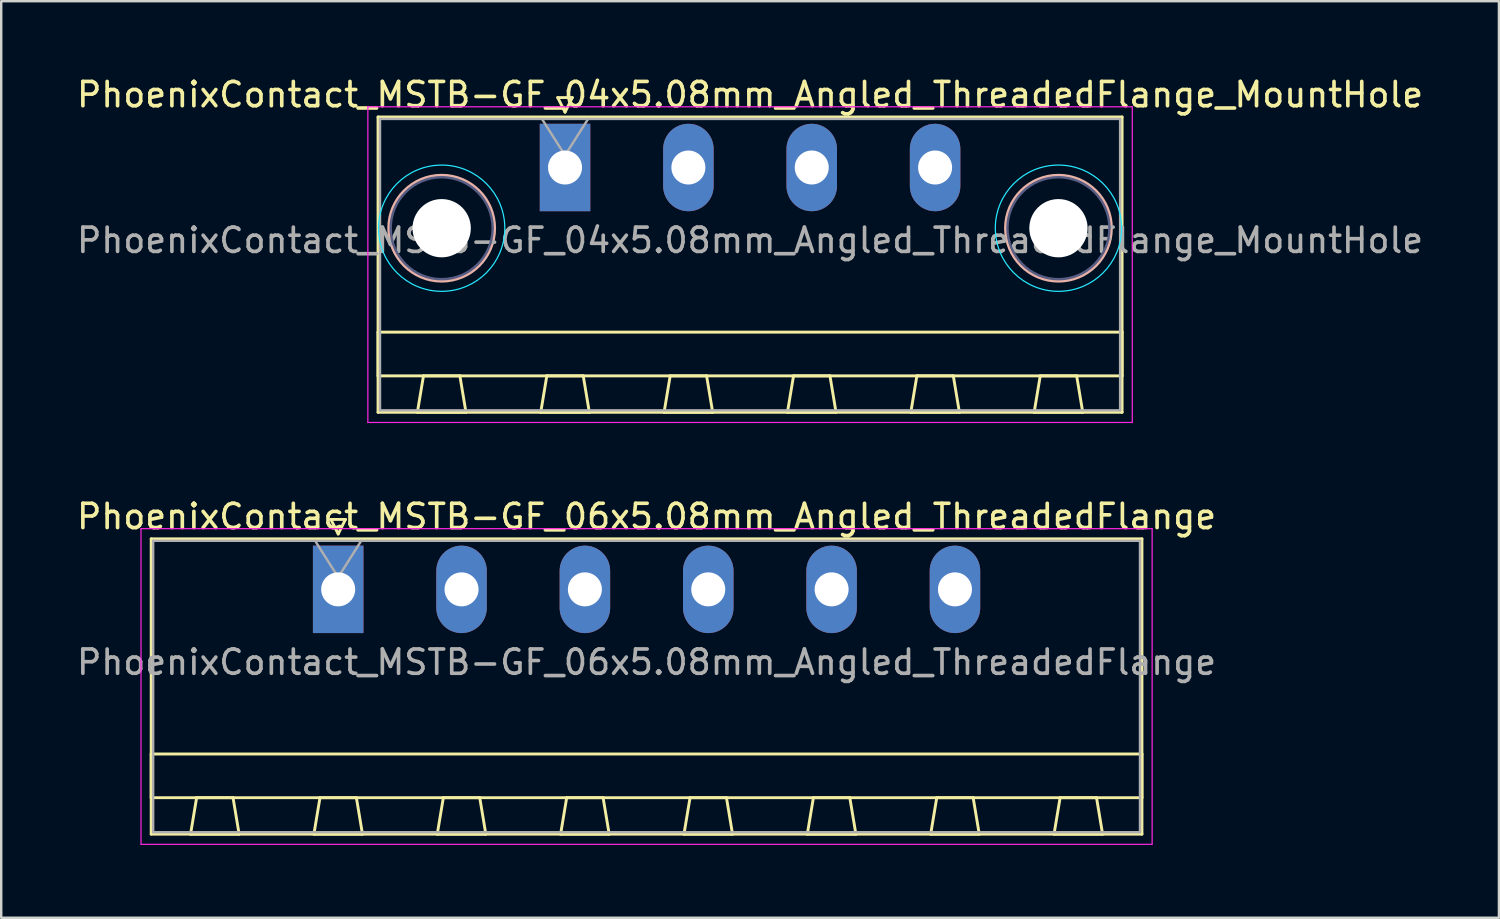
<source format=kicad_pcb>
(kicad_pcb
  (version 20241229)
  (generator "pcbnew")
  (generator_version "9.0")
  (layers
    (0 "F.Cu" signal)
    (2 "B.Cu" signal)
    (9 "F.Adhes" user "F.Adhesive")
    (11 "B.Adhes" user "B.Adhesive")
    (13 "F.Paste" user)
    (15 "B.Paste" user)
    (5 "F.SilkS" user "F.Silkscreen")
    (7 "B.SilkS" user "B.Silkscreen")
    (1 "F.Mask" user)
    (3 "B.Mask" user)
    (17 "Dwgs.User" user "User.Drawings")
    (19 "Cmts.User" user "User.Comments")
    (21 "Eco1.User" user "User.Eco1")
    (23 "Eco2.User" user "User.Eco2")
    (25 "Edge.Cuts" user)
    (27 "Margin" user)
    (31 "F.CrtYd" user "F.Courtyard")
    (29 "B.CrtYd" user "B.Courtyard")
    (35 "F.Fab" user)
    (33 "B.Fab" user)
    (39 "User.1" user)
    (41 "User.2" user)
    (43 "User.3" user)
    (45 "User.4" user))
  (footprint "PhoenixContact_MSTB-GF_04x5.08mm_Angled_ThreadedFlange_MountHole"
    (layer "F.Cu")
    (at 20.219 3.848)
    (property "Reference" "PhoenixContact_MSTB-GF_04x5.08mm_Angled_ThreadedFlange_MountHole" (at 7.62 -3 0) (layer "F.SilkS") (effects (font (size 1 1) (thickness 0.15))))
    (attr through_hole)
    (fp_line (start -7.7 -2.08) (end -7.7 10.08) (stroke (width 0.12) (type solid)) (layer "F.SilkS"))
    (fp_line (start -7.7 6.78) (end 22.94 6.78) (stroke (width 0.12) (type solid)) (layer "F.SilkS"))
    (fp_line (start -7.7 8.58) (end -7.7 6.78) (stroke (width 0.12) (type solid)) (layer "F.SilkS"))
    (fp_line (start -7.7 10.08) (end 22.94 10.08) (stroke (width 0.12) (type solid)) (layer "F.SilkS"))
    (fp_line (start -6.08 10.08) (end -4.08 10.08) (stroke (width 0.12) (type solid)) (layer "F.SilkS"))
    (fp_line (start -5.83 8.58) (end -6.08 10.08) (stroke (width 0.12) (type solid)) (layer "F.SilkS"))
    (fp_line (start -4.33 8.58) (end -5.83 8.58) (stroke (width 0.12) (type solid)) (layer "F.SilkS"))
    (fp_line (start -4.08 10.08) (end -4.33 8.58) (stroke (width 0.12) (type solid)) (layer "F.SilkS"))
    (fp_line (start -1 10.08) (end 1 10.08) (stroke (width 0.12) (type solid)) (layer "F.SilkS"))
    (fp_line (start -0.75 8.58) (end -1 10.08) (stroke (width 0.12) (type solid)) (layer "F.SilkS"))
    (fp_line (start -0.3 -2.88) (end 0.3 -2.88) (stroke (width 0.12) (type solid)) (layer "F.SilkS"))
    (fp_line (start 0 -2.28) (end -0.3 -2.88) (stroke (width 0.12) (type solid)) (layer "F.SilkS"))
    (fp_line (start 0.3 -2.88) (end 0 -2.28) (stroke (width 0.12) (type solid)) (layer "F.SilkS"))
    (fp_line (start 0.75 8.58) (end -0.75 8.58) (stroke (width 0.12) (type solid)) (layer "F.SilkS"))
    (fp_line (start 1 10.08) (end 0.75 8.58) (stroke (width 0.12) (type solid)) (layer "F.SilkS"))
    (fp_line (start 4.08 10.08) (end 6.08 10.08) (stroke (width 0.12) (type solid)) (layer "F.SilkS"))
    (fp_line (start 4.33 8.58) (end 4.08 10.08) (stroke (width 0.12) (type solid)) (layer "F.SilkS"))
    (fp_line (start 5.83 8.58) (end 4.33 8.58) (stroke (width 0.12) (type solid)) (layer "F.SilkS"))
    (fp_line (start 6.08 10.08) (end 5.83 8.58) (stroke (width 0.12) (type solid)) (layer "F.SilkS"))
    (fp_line (start 9.16 10.08) (end 11.16 10.08) (stroke (width 0.12) (type solid)) (layer "F.SilkS"))
    (fp_line (start 9.41 8.58) (end 9.16 10.08) (stroke (width 0.12) (type solid)) (layer "F.SilkS"))
    (fp_line (start 10.91 8.58) (end 9.41 8.58) (stroke (width 0.12) (type solid)) (layer "F.SilkS"))
    (fp_line (start 11.16 10.08) (end 10.91 8.58) (stroke (width 0.12) (type solid)) (layer "F.SilkS"))
    (fp_line (start 14.24 10.08) (end 16.24 10.08) (stroke (width 0.12) (type solid)) (layer "F.SilkS"))
    (fp_line (start 14.49 8.58) (end 14.24 10.08) (stroke (width 0.12) (type solid)) (layer "F.SilkS"))
    (fp_line (start 15.99 8.58) (end 14.49 8.58) (stroke (width 0.12) (type solid)) (layer "F.SilkS"))
    (fp_line (start 16.24 10.08) (end 15.99 8.58) (stroke (width 0.12) (type solid)) (layer "F.SilkS"))
    (fp_line (start 19.32 10.08) (end 21.32 10.08) (stroke (width 0.12) (type solid)) (layer "F.SilkS"))
    (fp_line (start 19.57 8.58) (end 19.32 10.08) (stroke (width 0.12) (type solid)) (layer "F.SilkS"))
    (fp_line (start 21.07 8.58) (end 19.57 8.58) (stroke (width 0.12) (type solid)) (layer "F.SilkS"))
    (fp_line (start 21.32 10.08) (end 21.07 8.58) (stroke (width 0.12) (type solid)) (layer "F.SilkS"))
    (fp_line (start 22.94 -2.08) (end -7.7 -2.08) (stroke (width 0.12) (type solid)) (layer "F.SilkS"))
    (fp_line (start 22.94 6.78) (end 22.94 8.58) (stroke (width 0.12) (type solid)) (layer "F.SilkS"))
    (fp_line (start 22.94 8.58) (end -7.7 8.58) (stroke (width 0.12) (type solid)) (layer "F.SilkS"))
    (fp_line (start 22.94 10.08) (end 22.94 -2.08) (stroke (width 0.12) (type solid)) (layer "F.SilkS"))
    (fp_circle (center -5.08 2.5) (end -2.9 2.5) (stroke (width 0.12) (type solid)) (fill no) (layer "B.SilkS"))
    (fp_circle (center 20.32 2.5) (end 22.5 2.5) (stroke (width 0.12) (type solid)) (fill no) (layer "B.SilkS"))
    (fp_circle (center -5.08 2.5) (end -2.48 2.5) (stroke (width 0.05) (type solid)) (fill no) (layer "B.CrtYd"))
    (fp_circle (center 20.32 2.5) (end 22.92 2.5) (stroke (width 0.05) (type solid)) (fill no) (layer "B.CrtYd"))
    (fp_line (start -8.12 -2.5) (end -8.12 10.5) (stroke (width 0.05) (type solid)) (layer "F.CrtYd"))
    (fp_line (start -8.12 10.5) (end 23.36 10.5) (stroke (width 0.05) (type solid)) (layer "F.CrtYd"))
    (fp_line (start 23.36 -2.5) (end -8.12 -2.5) (stroke (width 0.05) (type solid)) (layer "F.CrtYd"))
    (fp_line (start 23.36 10.5) (end 23.36 -2.5) (stroke (width 0.05) (type solid)) (layer "F.CrtYd"))
    (fp_circle (center -5.08 2.5) (end -2.98 2.5) (stroke (width 0.1) (type solid)) (fill no) (layer "B.Fab"))
    (fp_circle (center 20.32 2.5) (end 22.42 2.5) (stroke (width 0.1) (type solid)) (fill no) (layer "B.Fab"))
    (fp_line (start -7.62 -2) (end -7.62 10) (stroke (width 0.1) (type solid)) (layer "F.Fab"))
    (fp_line (start -7.62 10) (end 22.86 10) (stroke (width 0.1) (type solid)) (layer "F.Fab"))
    (fp_line (start 0 -0.5) (end -0.95 -2) (stroke (width 0.1) (type solid)) (layer "F.Fab"))
    (fp_line (start 0.95 -2) (end 0 -0.5) (stroke (width 0.1) (type solid)) (layer "F.Fab"))
    (fp_line (start 22.86 -2) (end -7.62 -2) (stroke (width 0.1) (type solid)) (layer "F.Fab"))
    (fp_line (start 22.86 10) (end 22.86 -2) (stroke (width 0.1) (type solid)) (layer "F.Fab"))
    (fp_text user "${REFERENCE}" (at 7.62 3 0) (layer "F.Fab") (effects (font (size 1 1) (thickness 0.15))))
    (pad "" np_thru_hole circle (at -5.08 2.5) (size 2.4 2.4) (drill 2.4) (layers "*.Cu" "*.Mask"))
    (pad "" np_thru_hole circle (at 20.32 2.5) (size 2.4 2.4) (drill 2.4) (layers "*.Cu" "*.Mask"))
    (pad "1" thru_hole rect (at 0 0) (size 2.08 3.6) (drill 1.4) (layers "*.Cu" "*.Mask"))
    (pad "2" thru_hole oval (at 5.08 0) (size 2.08 3.6) (drill 1.4) (layers "*.Cu" "*.Mask"))
    (pad "3" thru_hole oval (at 10.16 0) (size 2.08 3.6) (drill 1.4) (layers "*.Cu" "*.Mask"))
    (pad "4" thru_hole oval (at 15.24 0) (size 2.08 3.6) (drill 1.4) (layers "*.Cu" "*.Mask")))
  (footprint "PhoenixContact_MSTB-GF_06x5.08mm_Angled_ThreadedFlange"
    (layer "F.Cu")
    (at 10.877 21.221)
    (property "Reference" "PhoenixContact_MSTB-GF_06x5.08mm_Angled_ThreadedFlange" (at 12.7 -3 0) (layer "F.SilkS") (effects (font (size 1 1) (thickness 0.15))))
    (attr through_hole)
    (fp_line (start -7.7 -2.08) (end -7.7 10.08) (stroke (width 0.12) (type solid)) (layer "F.SilkS"))
    (fp_line (start -7.7 6.78) (end 33.1 6.78) (stroke (width 0.12) (type solid)) (layer "F.SilkS"))
    (fp_line (start -7.7 8.58) (end -7.7 6.78) (stroke (width 0.12) (type solid)) (layer "F.SilkS"))
    (fp_line (start -7.7 10.08) (end 33.1 10.08) (stroke (width 0.12) (type solid)) (layer "F.SilkS"))
    (fp_line (start -6.08 10.08) (end -4.08 10.08) (stroke (width 0.12) (type solid)) (layer "F.SilkS"))
    (fp_line (start -5.83 8.58) (end -6.08 10.08) (stroke (width 0.12) (type solid)) (layer "F.SilkS"))
    (fp_line (start -4.33 8.58) (end -5.83 8.58) (stroke (width 0.12) (type solid)) (layer "F.SilkS"))
    (fp_line (start -4.08 10.08) (end -4.33 8.58) (stroke (width 0.12) (type solid)) (layer "F.SilkS"))
    (fp_line (start -1 10.08) (end 1 10.08) (stroke (width 0.12) (type solid)) (layer "F.SilkS"))
    (fp_line (start -0.75 8.58) (end -1 10.08) (stroke (width 0.12) (type solid)) (layer "F.SilkS"))
    (fp_line (start -0.3 -2.88) (end 0.3 -2.88) (stroke (width 0.12) (type solid)) (layer "F.SilkS"))
    (fp_line (start 0 -2.28) (end -0.3 -2.88) (stroke (width 0.12) (type solid)) (layer "F.SilkS"))
    (fp_line (start 0.3 -2.88) (end 0 -2.28) (stroke (width 0.12) (type solid)) (layer "F.SilkS"))
    (fp_line (start 0.75 8.58) (end -0.75 8.58) (stroke (width 0.12) (type solid)) (layer "F.SilkS"))
    (fp_line (start 1 10.08) (end 0.75 8.58) (stroke (width 0.12) (type solid)) (layer "F.SilkS"))
    (fp_line (start 4.08 10.08) (end 6.08 10.08) (stroke (width 0.12) (type solid)) (layer "F.SilkS"))
    (fp_line (start 4.33 8.58) (end 4.08 10.08) (stroke (width 0.12) (type solid)) (layer "F.SilkS"))
    (fp_line (start 5.83 8.58) (end 4.33 8.58) (stroke (width 0.12) (type solid)) (layer "F.SilkS"))
    (fp_line (start 6.08 10.08) (end 5.83 8.58) (stroke (width 0.12) (type solid)) (layer "F.SilkS"))
    (fp_line (start 9.16 10.08) (end 11.16 10.08) (stroke (width 0.12) (type solid)) (layer "F.SilkS"))
    (fp_line (start 9.41 8.58) (end 9.16 10.08) (stroke (width 0.12) (type solid)) (layer "F.SilkS"))
    (fp_line (start 10.91 8.58) (end 9.41 8.58) (stroke (width 0.12) (type solid)) (layer "F.SilkS"))
    (fp_line (start 11.16 10.08) (end 10.91 8.58) (stroke (width 0.12) (type solid)) (layer "F.SilkS"))
    (fp_line (start 14.24 10.08) (end 16.24 10.08) (stroke (width 0.12) (type solid)) (layer "F.SilkS"))
    (fp_line (start 14.49 8.58) (end 14.24 10.08) (stroke (width 0.12) (type solid)) (layer "F.SilkS"))
    (fp_line (start 15.99 8.58) (end 14.49 8.58) (stroke (width 0.12) (type solid)) (layer "F.SilkS"))
    (fp_line (start 16.24 10.08) (end 15.99 8.58) (stroke (width 0.12) (type solid)) (layer "F.SilkS"))
    (fp_line (start 19.32 10.08) (end 21.32 10.08) (stroke (width 0.12) (type solid)) (layer "F.SilkS"))
    (fp_line (start 19.57 8.58) (end 19.32 10.08) (stroke (width 0.12) (type solid)) (layer "F.SilkS"))
    (fp_line (start 21.07 8.58) (end 19.57 8.58) (stroke (width 0.12) (type solid)) (layer "F.SilkS"))
    (fp_line (start 21.32 10.08) (end 21.07 8.58) (stroke (width 0.12) (type solid)) (layer "F.SilkS"))
    (fp_line (start 24.4 10.08) (end 26.4 10.08) (stroke (width 0.12) (type solid)) (layer "F.SilkS"))
    (fp_line (start 24.65 8.58) (end 24.4 10.08) (stroke (width 0.12) (type solid)) (layer "F.SilkS"))
    (fp_line (start 26.15 8.58) (end 24.65 8.58) (stroke (width 0.12) (type solid)) (layer "F.SilkS"))
    (fp_line (start 26.4 10.08) (end 26.15 8.58) (stroke (width 0.12) (type solid)) (layer "F.SilkS"))
    (fp_line (start 29.48 10.08) (end 31.48 10.08) (stroke (width 0.12) (type solid)) (layer "F.SilkS"))
    (fp_line (start 29.73 8.58) (end 29.48 10.08) (stroke (width 0.12) (type solid)) (layer "F.SilkS"))
    (fp_line (start 31.23 8.58) (end 29.73 8.58) (stroke (width 0.12) (type solid)) (layer "F.SilkS"))
    (fp_line (start 31.48 10.08) (end 31.23 8.58) (stroke (width 0.12) (type solid)) (layer "F.SilkS"))
    (fp_line (start 33.1 -2.08) (end -7.7 -2.08) (stroke (width 0.12) (type solid)) (layer "F.SilkS"))
    (fp_line (start 33.1 6.78) (end 33.1 8.58) (stroke (width 0.12) (type solid)) (layer "F.SilkS"))
    (fp_line (start 33.1 8.58) (end -7.7 8.58) (stroke (width 0.12) (type solid)) (layer "F.SilkS"))
    (fp_line (start 33.1 10.08) (end 33.1 -2.08) (stroke (width 0.12) (type solid)) (layer "F.SilkS"))
    (fp_line (start -8.12 -2.5) (end -8.12 10.5) (stroke (width 0.05) (type solid)) (layer "F.CrtYd"))
    (fp_line (start -8.12 10.5) (end 33.52 10.5) (stroke (width 0.05) (type solid)) (layer "F.CrtYd"))
    (fp_line (start 33.52 -2.5) (end -8.12 -2.5) (stroke (width 0.05) (type solid)) (layer "F.CrtYd"))
    (fp_line (start 33.52 10.5) (end 33.52 -2.5) (stroke (width 0.05) (type solid)) (layer "F.CrtYd"))
    (fp_line (start -7.62 -2) (end -7.62 10) (stroke (width 0.1) (type solid)) (layer "F.Fab"))
    (fp_line (start -7.62 10) (end 33.02 10) (stroke (width 0.1) (type solid)) (layer "F.Fab"))
    (fp_line (start 0 -0.5) (end -0.95 -2) (stroke (width 0.1) (type solid)) (layer "F.Fab"))
    (fp_line (start 0.95 -2) (end 0 -0.5) (stroke (width 0.1) (type solid)) (layer "F.Fab"))
    (fp_line (start 33.02 -2) (end -7.62 -2) (stroke (width 0.1) (type solid)) (layer "F.Fab"))
    (fp_line (start 33.02 10) (end 33.02 -2) (stroke (width 0.1) (type solid)) (layer "F.Fab"))
    (fp_text user "${REFERENCE}" (at 12.7 3 0) (layer "F.Fab") (effects (font (size 1 1) (thickness 0.15))))
    (pad "1" thru_hole rect (at 0 0) (size 2.08 3.6) (drill 1.4) (layers "*.Cu" "*.Mask"))
    (pad "2" thru_hole oval (at 5.08 0) (size 2.08 3.6) (drill 1.4) (layers "*.Cu" "*.Mask"))
    (pad "3" thru_hole oval (at 10.16 0) (size 2.08 3.6) (drill 1.4) (layers "*.Cu" "*.Mask"))
    (pad "4" thru_hole oval (at 15.24 0) (size 2.08 3.6) (drill 1.4) (layers "*.Cu" "*.Mask"))
    (pad "5" thru_hole oval (at 20.32 0) (size 2.08 3.6) (drill 1.4) (layers "*.Cu" "*.Mask"))
    (pad "6" thru_hole oval (at 25.4 0) (size 2.08 3.6) (drill 1.4) (layers "*.Cu" "*.Mask")))
  (gr_rect
    (start -3 -3)
    (end 58.679 34.746)
    (stroke (width 0.1) (type default))
    (fill no)
    (layer "Edge.Cuts")))
</source>
